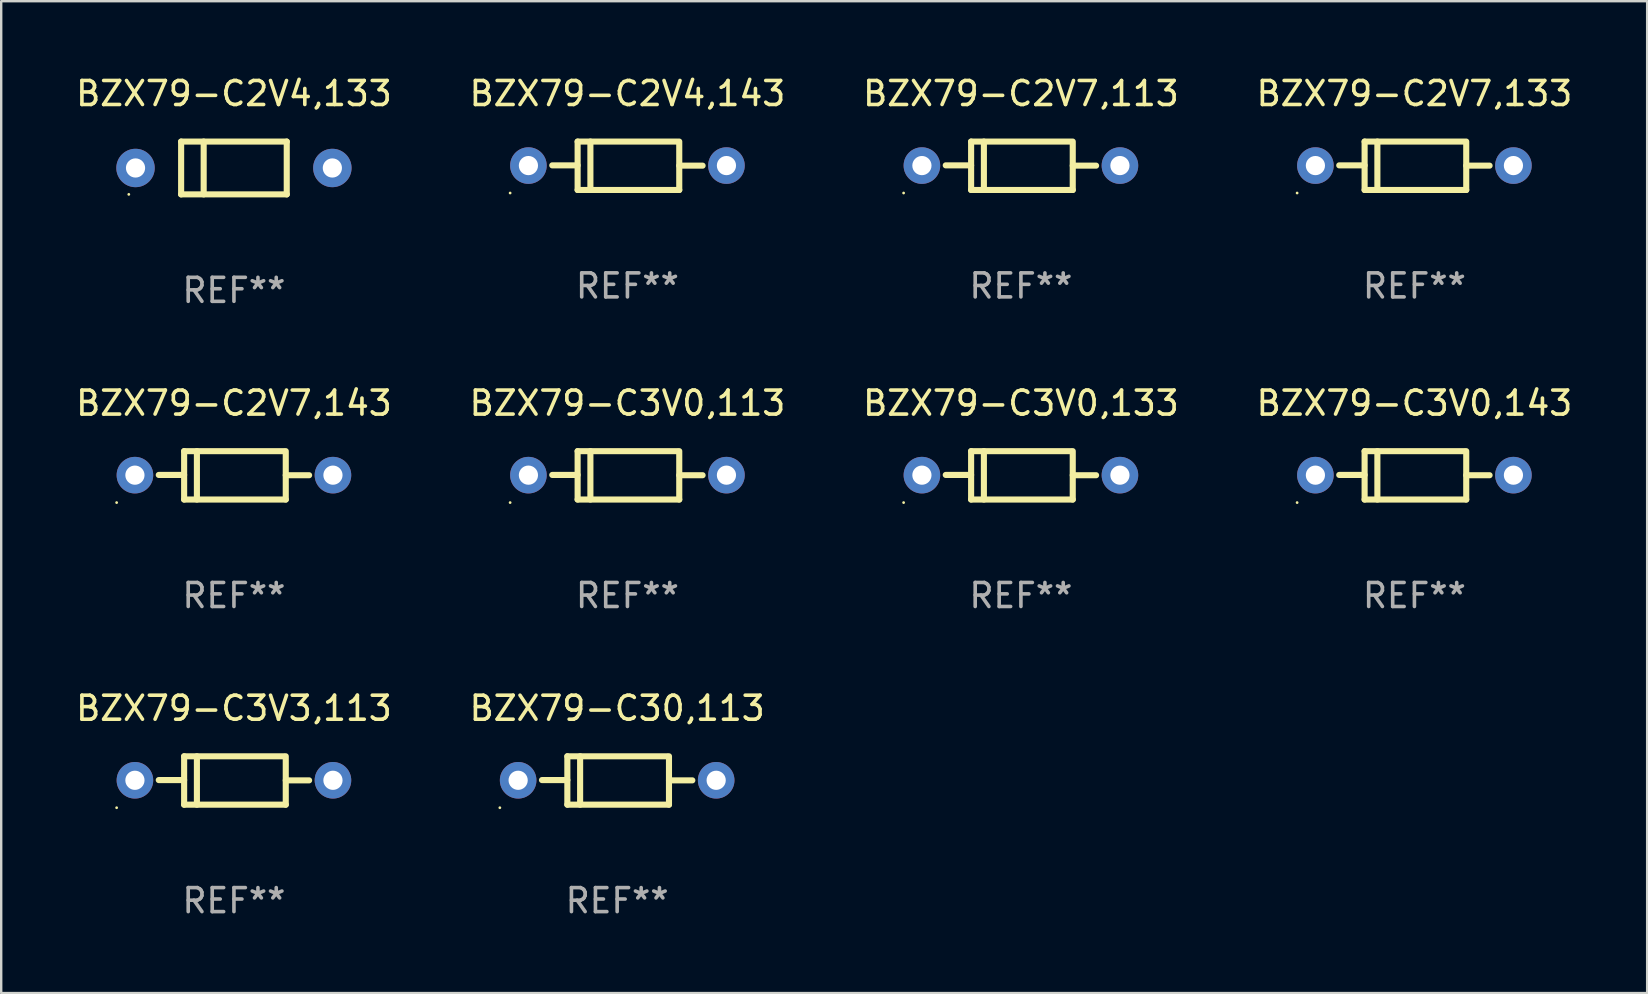
<source format=kicad_pcb>
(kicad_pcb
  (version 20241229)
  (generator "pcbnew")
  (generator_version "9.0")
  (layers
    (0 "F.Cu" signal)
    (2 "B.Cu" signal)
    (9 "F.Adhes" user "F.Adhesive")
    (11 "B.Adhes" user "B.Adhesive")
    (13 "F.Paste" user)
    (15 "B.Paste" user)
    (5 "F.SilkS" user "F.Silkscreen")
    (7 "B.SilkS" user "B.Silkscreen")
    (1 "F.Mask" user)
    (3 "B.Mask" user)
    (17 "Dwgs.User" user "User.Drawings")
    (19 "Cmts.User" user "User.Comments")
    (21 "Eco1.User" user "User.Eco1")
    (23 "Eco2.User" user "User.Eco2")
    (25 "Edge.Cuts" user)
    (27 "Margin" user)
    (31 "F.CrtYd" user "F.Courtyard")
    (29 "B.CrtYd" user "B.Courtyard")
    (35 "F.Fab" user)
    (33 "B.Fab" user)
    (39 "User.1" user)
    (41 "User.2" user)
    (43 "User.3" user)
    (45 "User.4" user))
  (footprint "BZX79-C2V7,113"
    (layer "F.Cu")
    (at 39.482 3.856)
    (property "Reference" "BZX79-C2V7,113" (at 0 -3.008 0) (layer "F.SilkS") (effects (font (size 1 1) (thickness 0.15))))
    (attr through_hole)
    (fp_line (start -2.075 -1.008) (end -2.075 1.008) (stroke (width 0.254) (type solid)) (layer "F.SilkS"))
    (fp_line (start -2.075 -0.017) (end -3.132 -0.017) (stroke (width 0.254) (type solid)) (layer "F.SilkS"))
    (fp_line (start -2.075 1.008) (end 2.159 1.008) (stroke (width 0.254) (type solid)) (layer "F.SilkS"))
    (fp_line (start -1.543 -1.008) (end -1.543 1.008) (stroke (width 0.254) (type solid)) (layer "F.SilkS"))
    (fp_line (start 2.075 -1.008) (end -2.075 -1.008) (stroke (width 0.254) (type solid)) (layer "F.SilkS"))
    (fp_line (start 2.159 -0.005) (end 3.132 -0.005) (stroke (width 0.254) (type solid)) (layer "F.SilkS"))
    (fp_line (start 2.159 1.008) (end 2.159 -1.008) (stroke (width 0.254) (type solid)) (layer "F.SilkS"))
    (fp_circle (center -4.887 1.135) (end -4.857 1.135) (stroke (width 0.06) (type solid)) (fill no) (layer "F.SilkS"))
    (fp_text user "REF**" (at 0 5.008 0) (layer "F.Fab") (effects (font (size 1 1) (thickness 0.15))))
    (pad "1" thru_hole circle (at -4.125 -0.008) (size 1.524 1.524) (drill 0.8) (layers "*.Cu" "*.Mask"))
    (pad "2" thru_hole circle (at 4.125 -0.008) (size 1.524 1.524) (drill 0.8) (layers "*.Cu" "*.Mask")))
  (footprint "BZX79-C3V0,143"
    (layer "F.Cu")
    (at 55.875 16.753)
    (property "Reference" "BZX79-C3V0,143" (at 0 -3.008 0) (layer "F.SilkS") (effects (font (size 1 1) (thickness 0.15))))
    (attr through_hole)
    (fp_line (start -2.075 -1.008) (end -2.075 1.008) (stroke (width 0.254) (type solid)) (layer "F.SilkS"))
    (fp_line (start -2.075 -0.017) (end -3.132 -0.017) (stroke (width 0.254) (type solid)) (layer "F.SilkS"))
    (fp_line (start -2.075 1.008) (end 2.159 1.008) (stroke (width 0.254) (type solid)) (layer "F.SilkS"))
    (fp_line (start -1.543 -1.008) (end -1.543 1.008) (stroke (width 0.254) (type solid)) (layer "F.SilkS"))
    (fp_line (start 2.075 -1.008) (end -2.075 -1.008) (stroke (width 0.254) (type solid)) (layer "F.SilkS"))
    (fp_line (start 2.159 -0.005) (end 3.132 -0.005) (stroke (width 0.254) (type solid)) (layer "F.SilkS"))
    (fp_line (start 2.159 1.008) (end 2.159 -1.008) (stroke (width 0.254) (type solid)) (layer "F.SilkS"))
    (fp_circle (center -4.887 1.135) (end -4.857 1.135) (stroke (width 0.06) (type solid)) (fill no) (layer "F.SilkS"))
    (fp_text user "REF**" (at 0 5.008 0) (layer "F.Fab") (effects (font (size 1 1) (thickness 0.15))))
    (pad "1" thru_hole circle (at -4.125 -0.008) (size 1.524 1.524) (drill 0.8) (layers "*.Cu" "*.Mask"))
    (pad "2" thru_hole circle (at 4.125 -0.008) (size 1.524 1.524) (drill 0.8) (layers "*.Cu" "*.Mask")))
  (footprint "BZX79-C2V4,143"
    (layer "F.Cu")
    (at 23.089 3.856)
    (property "Reference" "BZX79-C2V4,143" (at 0 -3.008 0) (layer "F.SilkS") (effects (font (size 1 1) (thickness 0.15))))
    (attr through_hole)
    (fp_line (start -2.075 -1.008) (end -2.075 1.008) (stroke (width 0.254) (type solid)) (layer "F.SilkS"))
    (fp_line (start -2.075 -0.017) (end -3.132 -0.017) (stroke (width 0.254) (type solid)) (layer "F.SilkS"))
    (fp_line (start -2.075 1.008) (end 2.159 1.008) (stroke (width 0.254) (type solid)) (layer "F.SilkS"))
    (fp_line (start -1.543 -1.008) (end -1.543 1.008) (stroke (width 0.254) (type solid)) (layer "F.SilkS"))
    (fp_line (start 2.075 -1.008) (end -2.075 -1.008) (stroke (width 0.254) (type solid)) (layer "F.SilkS"))
    (fp_line (start 2.159 -0.005) (end 3.132 -0.005) (stroke (width 0.254) (type solid)) (layer "F.SilkS"))
    (fp_line (start 2.159 1.008) (end 2.159 -1.008) (stroke (width 0.254) (type solid)) (layer "F.SilkS"))
    (fp_circle (center -4.887 1.135) (end -4.857 1.135) (stroke (width 0.06) (type solid)) (fill no) (layer "F.SilkS"))
    (fp_text user "REF**" (at 0 5.008 0) (layer "F.Fab") (effects (font (size 1 1) (thickness 0.15))))
    (pad "1" thru_hole circle (at -4.125 -0.008) (size 1.524 1.524) (drill 0.8) (layers "*.Cu" "*.Mask"))
    (pad "2" thru_hole circle (at 4.125 -0.008) (size 1.524 1.524) (drill 0.8) (layers "*.Cu" "*.Mask")))
  (footprint "BZX79-C2V7,133"
    (layer "F.Cu")
    (at 55.875 3.856)
    (property "Reference" "BZX79-C2V7,133" (at 0 -3.008 0) (layer "F.SilkS") (effects (font (size 1 1) (thickness 0.15))))
    (attr through_hole)
    (fp_line (start -2.075 -1.008) (end -2.075 1.008) (stroke (width 0.254) (type solid)) (layer "F.SilkS"))
    (fp_line (start -2.075 -0.017) (end -3.132 -0.017) (stroke (width 0.254) (type solid)) (layer "F.SilkS"))
    (fp_line (start -2.075 1.008) (end 2.159 1.008) (stroke (width 0.254) (type solid)) (layer "F.SilkS"))
    (fp_line (start -1.543 -1.008) (end -1.543 1.008) (stroke (width 0.254) (type solid)) (layer "F.SilkS"))
    (fp_line (start 2.075 -1.008) (end -2.075 -1.008) (stroke (width 0.254) (type solid)) (layer "F.SilkS"))
    (fp_line (start 2.159 -0.005) (end 3.132 -0.005) (stroke (width 0.254) (type solid)) (layer "F.SilkS"))
    (fp_line (start 2.159 1.008) (end 2.159 -1.008) (stroke (width 0.254) (type solid)) (layer "F.SilkS"))
    (fp_circle (center -4.887 1.135) (end -4.857 1.135) (stroke (width 0.06) (type solid)) (fill no) (layer "F.SilkS"))
    (fp_text user "REF**" (at 0 5.008 0) (layer "F.Fab") (effects (font (size 1 1) (thickness 0.15))))
    (pad "1" thru_hole circle (at -4.125 -0.008) (size 1.524 1.524) (drill 0.8) (layers "*.Cu" "*.Mask"))
    (pad "2" thru_hole circle (at 4.125 -0.008) (size 1.524 1.524) (drill 0.8) (layers "*.Cu" "*.Mask")))
  (footprint "BZX79-C3V3,113"
    (layer "F.Cu")
    (at 6.696 29.465)
    (property "Reference" "BZX79-C3V3,113" (at 0 -3.008 0) (layer "F.SilkS") (effects (font (size 1 1) (thickness 0.15))))
    (attr through_hole)
    (fp_line (start -2.075 -1.008) (end -2.075 1.008) (stroke (width 0.254) (type solid)) (layer "F.SilkS"))
    (fp_line (start -2.075 -0.017) (end -3.132 -0.017) (stroke (width 0.254) (type solid)) (layer "F.SilkS"))
    (fp_line (start -2.075 1.008) (end 2.159 1.008) (stroke (width 0.254) (type solid)) (layer "F.SilkS"))
    (fp_line (start -1.543 -1.008) (end -1.543 1.008) (stroke (width 0.254) (type solid)) (layer "F.SilkS"))
    (fp_line (start 2.075 -1.008) (end -2.075 -1.008) (stroke (width 0.254) (type solid)) (layer "F.SilkS"))
    (fp_line (start 2.159 -0.005) (end 3.132 -0.005) (stroke (width 0.254) (type solid)) (layer "F.SilkS"))
    (fp_line (start 2.159 1.008) (end 2.159 -1.008) (stroke (width 0.254) (type solid)) (layer "F.SilkS"))
    (fp_circle (center -4.887 1.135) (end -4.857 1.135) (stroke (width 0.06) (type solid)) (fill no) (layer "F.SilkS"))
    (fp_text user "REF**" (at 0 5.008 0) (layer "F.Fab") (effects (font (size 1 1) (thickness 0.15))))
    (pad "1" thru_hole circle (at -4.125 -0.008) (size 1.524 1.524) (drill 0.8) (layers "*.Cu" "*.Mask"))
    (pad "2" thru_hole circle (at 4.125 -0.008) (size 1.524 1.524) (drill 0.8) (layers "*.Cu" "*.Mask")))
  (footprint "BZX79-C2V7,143"
    (layer "F.Cu")
    (at 6.696 16.753)
    (property "Reference" "BZX79-C2V7,143" (at 0 -3.008 0) (layer "F.SilkS") (effects (font (size 1 1) (thickness 0.15))))
    (attr through_hole)
    (fp_line (start -2.075 -1.008) (end -2.075 1.008) (stroke (width 0.254) (type solid)) (layer "F.SilkS"))
    (fp_line (start -2.075 -0.017) (end -3.132 -0.017) (stroke (width 0.254) (type solid)) (layer "F.SilkS"))
    (fp_line (start -2.075 1.008) (end 2.159 1.008) (stroke (width 0.254) (type solid)) (layer "F.SilkS"))
    (fp_line (start -1.543 -1.008) (end -1.543 1.008) (stroke (width 0.254) (type solid)) (layer "F.SilkS"))
    (fp_line (start 2.075 -1.008) (end -2.075 -1.008) (stroke (width 0.254) (type solid)) (layer "F.SilkS"))
    (fp_line (start 2.159 -0.005) (end 3.132 -0.005) (stroke (width 0.254) (type solid)) (layer "F.SilkS"))
    (fp_line (start 2.159 1.008) (end 2.159 -1.008) (stroke (width 0.254) (type solid)) (layer "F.SilkS"))
    (fp_circle (center -4.887 1.135) (end -4.857 1.135) (stroke (width 0.06) (type solid)) (fill no) (layer "F.SilkS"))
    (fp_text user "REF**" (at 0 5.008 0) (layer "F.Fab") (effects (font (size 1 1) (thickness 0.15))))
    (pad "1" thru_hole circle (at -4.125 -0.008) (size 1.524 1.524) (drill 0.8) (layers "*.Cu" "*.Mask"))
    (pad "2" thru_hole circle (at 4.125 -0.008) (size 1.524 1.524) (drill 0.8) (layers "*.Cu" "*.Mask")))
  (footprint "BZX79-C30,113"
    (layer "F.Cu")
    (at 22.661 29.465)
    (property "Reference" "BZX79-C30,113" (at 0 -3.008 0) (layer "F.SilkS") (effects (font (size 1 1) (thickness 0.15))))
    (attr through_hole)
    (fp_line (start -2.075 -1.008) (end -2.075 1.008) (stroke (width 0.254) (type solid)) (layer "F.SilkS"))
    (fp_line (start -2.075 -0.017) (end -3.132 -0.017) (stroke (width 0.254) (type solid)) (layer "F.SilkS"))
    (fp_line (start -2.075 1.008) (end 2.159 1.008) (stroke (width 0.254) (type solid)) (layer "F.SilkS"))
    (fp_line (start -1.543 -1.008) (end -1.543 1.008) (stroke (width 0.254) (type solid)) (layer "F.SilkS"))
    (fp_line (start 2.075 -1.008) (end -2.075 -1.008) (stroke (width 0.254) (type solid)) (layer "F.SilkS"))
    (fp_line (start 2.159 -0.005) (end 3.132 -0.005) (stroke (width 0.254) (type solid)) (layer "F.SilkS"))
    (fp_line (start 2.159 1.008) (end 2.159 -1.008) (stroke (width 0.254) (type solid)) (layer "F.SilkS"))
    (fp_circle (center -4.887 1.135) (end -4.857 1.135) (stroke (width 0.06) (type solid)) (fill no) (layer "F.SilkS"))
    (fp_text user "REF**" (at 0 5.008 0) (layer "F.Fab") (effects (font (size 1 1) (thickness 0.15))))
    (pad "1" thru_hole circle (at -4.125 -0.008) (size 1.524 1.524) (drill 0.8) (layers "*.Cu" "*.Mask"))
    (pad "2" thru_hole circle (at 4.125 -0.008) (size 1.524 1.524) (drill 0.8) (layers "*.Cu" "*.Mask")))
  (footprint "BZX79-C2V4,133"
    (layer "F.Cu")
    (at 6.696 3.948)
    (property "Reference" "BZX79-C2V4,133" (at 0 -3.1 0) (layer "F.SilkS") (effects (font (size 1 1) (thickness 0.15))))
    (attr through_hole)
    (fp_line (start -2.2 -1.1) (end -2.2 1.1) (stroke (width 0.254) (type solid)) (layer "F.SilkS"))
    (fp_line (start -2.2 -1.1) (end 2.2 -1.1) (stroke (width 0.254) (type solid)) (layer "F.SilkS"))
    (fp_line (start -2.2 1.1) (end 2.2 1.1) (stroke (width 0.254) (type solid)) (layer "F.SilkS"))
    (fp_line (start -1.261 -1.1) (end -1.261 1.1) (stroke (width 0.254) (type solid)) (layer "F.SilkS"))
    (fp_line (start 2.2 -1.1) (end 2.2 1.1) (stroke (width 0.254) (type solid)) (layer "F.SilkS"))
    (fp_circle (center -4.38 1.1) (end -4.35 1.1) (stroke (width 0.06) (type solid)) (fill no) (layer "F.SilkS"))
    (fp_text user "REF**" (at 0 5.1 0) (layer "F.Fab") (effects (font (size 1 1) (thickness 0.15))))
    (pad "1" thru_hole circle (at -4.1 0) (size 1.6 1.6) (drill 0.8) (layers "*.Cu" "*.Mask"))
    (pad "2" thru_hole circle (at 4.1 0) (size 1.6 1.6) (drill 0.8) (layers "*.Cu" "*.Mask")))
  (footprint "BZX79-C3V0,133"
    (layer "F.Cu")
    (at 39.482 16.753)
    (property "Reference" "BZX79-C3V0,133" (at 0 -3.008 0) (layer "F.SilkS") (effects (font (size 1 1) (thickness 0.15))))
    (attr through_hole)
    (fp_line (start -2.075 -1.008) (end -2.075 1.008) (stroke (width 0.254) (type solid)) (layer "F.SilkS"))
    (fp_line (start -2.075 -0.017) (end -3.132 -0.017) (stroke (width 0.254) (type solid)) (layer "F.SilkS"))
    (fp_line (start -2.075 1.008) (end 2.159 1.008) (stroke (width 0.254) (type solid)) (layer "F.SilkS"))
    (fp_line (start -1.543 -1.008) (end -1.543 1.008) (stroke (width 0.254) (type solid)) (layer "F.SilkS"))
    (fp_line (start 2.075 -1.008) (end -2.075 -1.008) (stroke (width 0.254) (type solid)) (layer "F.SilkS"))
    (fp_line (start 2.159 -0.005) (end 3.132 -0.005) (stroke (width 0.254) (type solid)) (layer "F.SilkS"))
    (fp_line (start 2.159 1.008) (end 2.159 -1.008) (stroke (width 0.254) (type solid)) (layer "F.SilkS"))
    (fp_circle (center -4.887 1.135) (end -4.857 1.135) (stroke (width 0.06) (type solid)) (fill no) (layer "F.SilkS"))
    (fp_text user "REF**" (at 0 5.008 0) (layer "F.Fab") (effects (font (size 1 1) (thickness 0.15))))
    (pad "1" thru_hole circle (at -4.125 -0.008) (size 1.524 1.524) (drill 0.8) (layers "*.Cu" "*.Mask"))
    (pad "2" thru_hole circle (at 4.125 -0.008) (size 1.524 1.524) (drill 0.8) (layers "*.Cu" "*.Mask")))
  (footprint "BZX79-C3V0,113"
    (layer "F.Cu")
    (at 23.089 16.753)
    (property "Reference" "BZX79-C3V0,113" (at 0 -3.008 0) (layer "F.SilkS") (effects (font (size 1 1) (thickness 0.15))))
    (attr through_hole)
    (fp_line (start -2.075 -1.008) (end -2.075 1.008) (stroke (width 0.254) (type solid)) (layer "F.SilkS"))
    (fp_line (start -2.075 -0.017) (end -3.132 -0.017) (stroke (width 0.254) (type solid)) (layer "F.SilkS"))
    (fp_line (start -2.075 1.008) (end 2.159 1.008) (stroke (width 0.254) (type solid)) (layer "F.SilkS"))
    (fp_line (start -1.543 -1.008) (end -1.543 1.008) (stroke (width 0.254) (type solid)) (layer "F.SilkS"))
    (fp_line (start 2.075 -1.008) (end -2.075 -1.008) (stroke (width 0.254) (type solid)) (layer "F.SilkS"))
    (fp_line (start 2.159 -0.005) (end 3.132 -0.005) (stroke (width 0.254) (type solid)) (layer "F.SilkS"))
    (fp_line (start 2.159 1.008) (end 2.159 -1.008) (stroke (width 0.254) (type solid)) (layer "F.SilkS"))
    (fp_circle (center -4.887 1.135) (end -4.857 1.135) (stroke (width 0.06) (type solid)) (fill no) (layer "F.SilkS"))
    (fp_text user "REF**" (at 0 5.008 0) (layer "F.Fab") (effects (font (size 1 1) (thickness 0.15))))
    (pad "1" thru_hole circle (at -4.125 -0.008) (size 1.524 1.524) (drill 0.8) (layers "*.Cu" "*.Mask"))
    (pad "2" thru_hole circle (at 4.125 -0.008) (size 1.524 1.524) (drill 0.8) (layers "*.Cu" "*.Mask")))
  (gr_rect
    (start -3 -3)
    (end 65.571 38.322)
    (stroke (width 0.1) (type default))
    (fill no)
    (layer "Edge.Cuts")))
</source>
